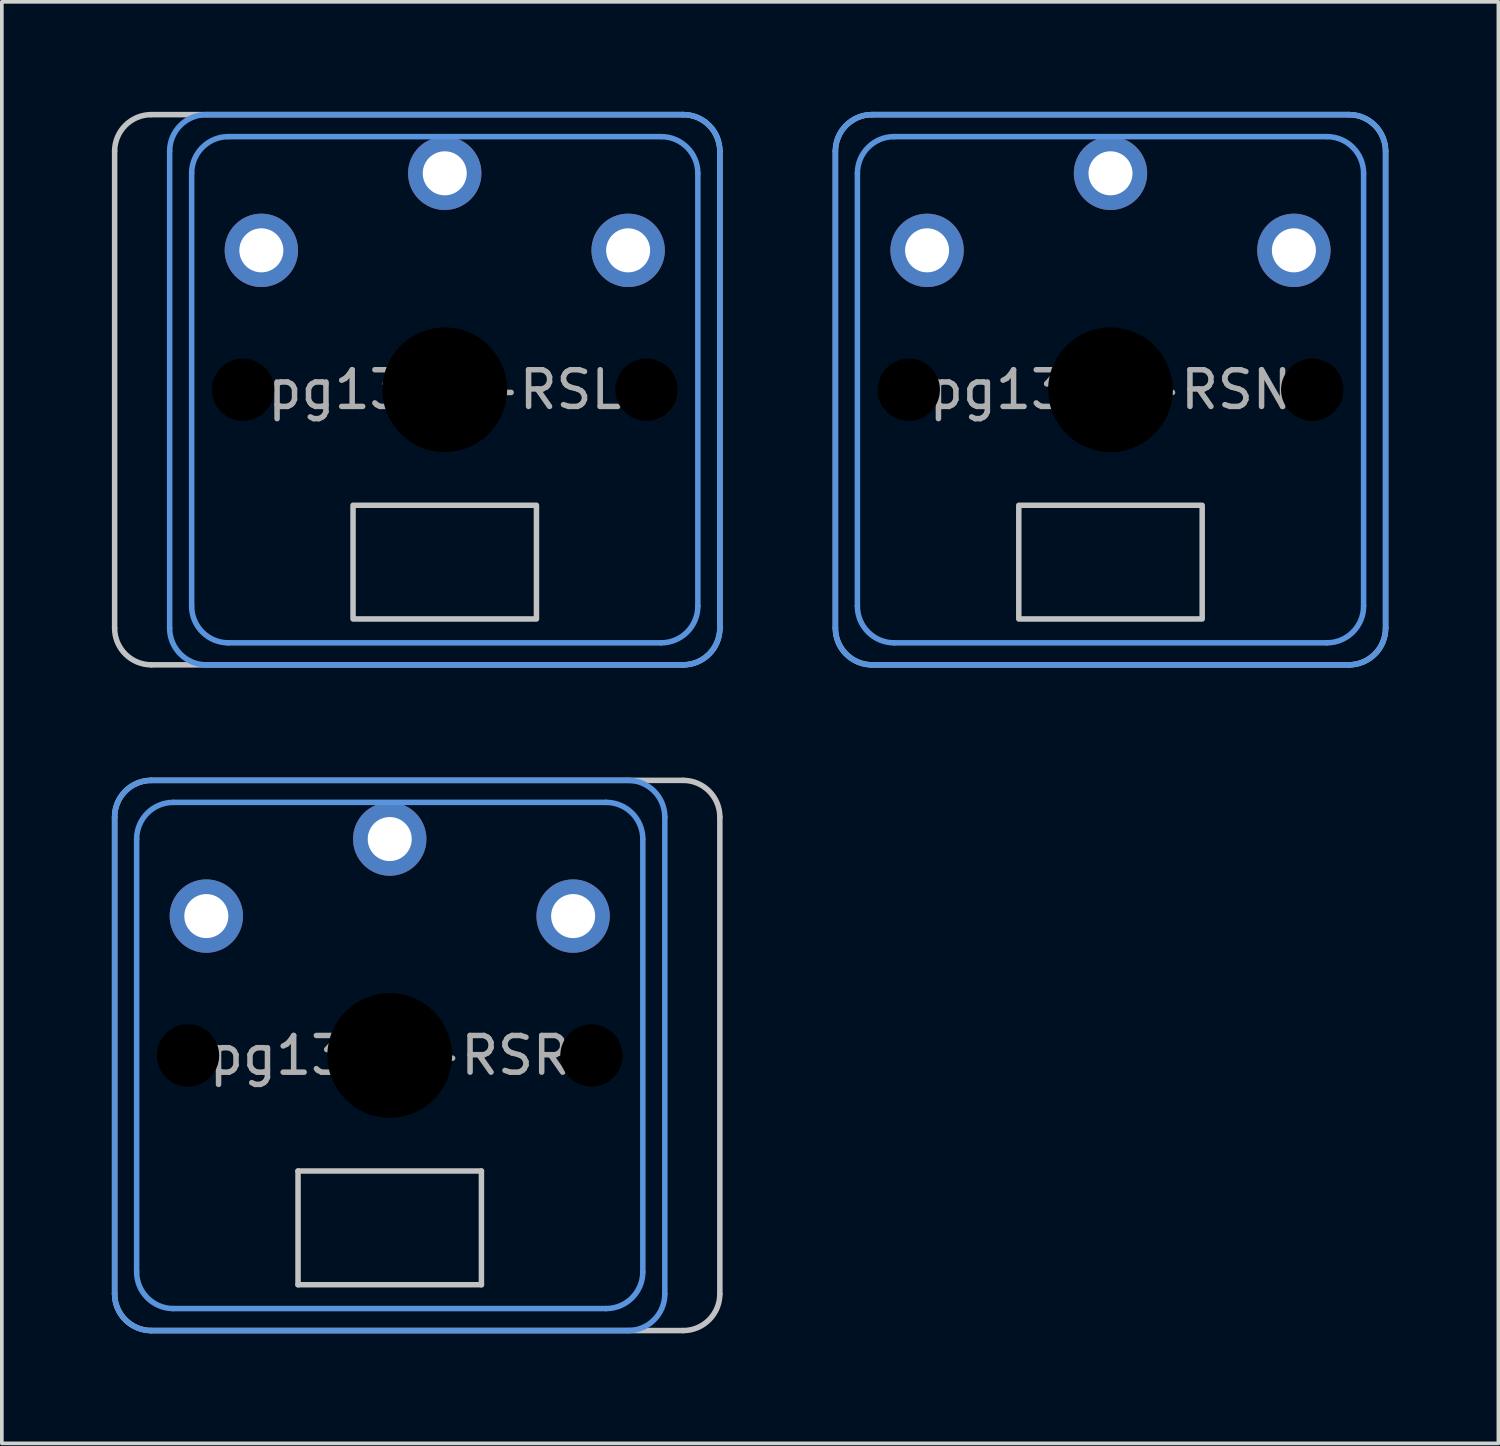
<source format=kicad_pcb>
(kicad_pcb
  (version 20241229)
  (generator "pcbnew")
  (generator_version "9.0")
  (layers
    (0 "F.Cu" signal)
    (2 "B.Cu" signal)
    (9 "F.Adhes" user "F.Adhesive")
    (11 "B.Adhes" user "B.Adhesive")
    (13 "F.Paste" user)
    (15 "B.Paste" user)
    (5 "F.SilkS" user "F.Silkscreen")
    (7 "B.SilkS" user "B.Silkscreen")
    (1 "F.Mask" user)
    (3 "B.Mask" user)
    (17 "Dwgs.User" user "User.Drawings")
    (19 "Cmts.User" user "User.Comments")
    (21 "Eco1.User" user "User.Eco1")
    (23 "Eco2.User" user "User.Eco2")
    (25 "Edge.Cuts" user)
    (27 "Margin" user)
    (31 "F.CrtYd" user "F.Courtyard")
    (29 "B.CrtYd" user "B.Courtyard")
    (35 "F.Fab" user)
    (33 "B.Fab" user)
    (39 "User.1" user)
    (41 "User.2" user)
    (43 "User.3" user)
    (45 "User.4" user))
  (footprint "pg1350-RSR"
    (layer "F.Cu")
    (at 7.575 25.725)
    (property "Reference" "pg1350-RSR" (at 0 0 0) (layer "F.Fab") (effects (font (size 1 1) (thickness 0.15))))
    (attr through_hole)
    (fp_line (start -7.5 6.5) (end -7.5 -6.5) (stroke (width 0.15) (type solid)) (layer "Dwgs.User"))
    (fp_line (start -6.5 -7.5) (end 8 -7.5) (stroke (width 0.15) (type solid)) (layer "Dwgs.User"))
    (fp_line (start -2.5 3.15) (end -2.5 6.25) (stroke (width 0.15) (type solid)) (layer "Dwgs.User"))
    (fp_line (start -2.5 6.25) (end 2.5 6.25) (stroke (width 0.15) (type solid)) (layer "Dwgs.User"))
    (fp_line (start 2.5 3.15) (end -2.5 3.15) (stroke (width 0.15) (type solid)) (layer "Dwgs.User"))
    (fp_line (start 2.5 6.25) (end 2.5 3.15) (stroke (width 0.15) (type solid)) (layer "Dwgs.User"))
    (fp_line (start 8 7.5) (end -6.5 7.5) (stroke (width 0.15) (type solid)) (layer "Dwgs.User"))
    (fp_line (start 9 -6.5) (end 9 6.5) (stroke (width 0.15) (type solid)) (layer "Dwgs.User"))
    (fp_arc (start -7.5 -6.5) (mid -7.207107 -7.207107) (end -6.5 -7.5) (stroke (width 0.15) (type solid)) (layer "Dwgs.User"))
    (fp_arc (start -6.5 7.5) (mid -7.207107 7.207107) (end -7.5 6.5) (stroke (width 0.15) (type solid)) (layer "Dwgs.User"))
    (fp_arc (start 8 -7.5) (mid 8.707107 -7.207107) (end 9 -6.5) (stroke (width 0.15) (type solid)) (layer "Dwgs.User"))
    (fp_arc (start 9 6.5) (mid 8.707107 7.207107) (end 8 7.5) (stroke (width 0.15) (type solid)) (layer "Dwgs.User"))
    (fp_line (start -7.5 6.5) (end -7.5 -6.5) (stroke (width 0.15) (type solid)) (layer "Cmts.User"))
    (fp_line (start -6.9 5.9) (end -6.9 -5.9) (stroke (width 0.15) (type solid)) (layer "Cmts.User"))
    (fp_line (start -6.5 -7.5) (end 6.5 -7.5) (stroke (width 0.15) (type solid)) (layer "Cmts.User"))
    (fp_line (start -5.9 -6.9) (end 5.9 -6.9) (stroke (width 0.15) (type solid)) (layer "Cmts.User"))
    (fp_line (start 5.9 6.9) (end -5.9 6.9) (stroke (width 0.15) (type solid)) (layer "Cmts.User"))
    (fp_line (start 6.5 7.5) (end -6.5 7.5) (stroke (width 0.15) (type solid)) (layer "Cmts.User"))
    (fp_line (start 6.9 -5.9) (end 6.9 5.9) (stroke (width 0.15) (type solid)) (layer "Cmts.User"))
    (fp_line (start 7.5 -6.5) (end 7.5 6.5) (stroke (width 0.15) (type solid)) (layer "Cmts.User"))
    (fp_arc (start -7.5 -6.5) (mid -7.207107 -7.207107) (end -6.5 -7.5) (stroke (width 0.15) (type solid)) (layer "Cmts.User"))
    (fp_arc (start -6.9 -5.9) (mid -6.607107 -6.607107) (end -5.9 -6.9) (stroke (width 0.15) (type solid)) (layer "Cmts.User"))
    (fp_arc (start -6.5 7.5) (mid -7.207107 7.207107) (end -7.5 6.5) (stroke (width 0.15) (type solid)) (layer "Cmts.User"))
    (fp_arc (start -5.9 6.9) (mid -6.607107 6.607107) (end -6.9 5.9) (stroke (width 0.15) (type solid)) (layer "Cmts.User"))
    (fp_arc (start 5.9 -6.9) (mid 6.607107 -6.607107) (end 6.9 -5.9) (stroke (width 0.15) (type solid)) (layer "Cmts.User"))
    (fp_arc (start 6.5 -7.5) (mid 7.207107 -7.207107) (end 7.5 -6.5) (stroke (width 0.15) (type solid)) (layer "Cmts.User"))
    (fp_arc (start 6.9 5.9) (mid 6.607107 6.607107) (end 5.9 6.9) (stroke (width 0.15) (type solid)) (layer "Cmts.User"))
    (fp_arc (start 7.5 6.5) (mid 7.207107 7.207107) (end 6.5 7.5) (stroke (width 0.15) (type solid)) (layer "Cmts.User"))
    (pad "" np_thru_hole circle (at -5.5 0) (size 1.7 1.7) (drill 1.7) (layers "*.Mask"))
    (pad "" np_thru_hole circle (at 0 0) (size 3.4 3.4) (drill 3.4) (layers "*.Mask"))
    (pad "" np_thru_hole circle (at 5.5 0) (size 1.7 1.7) (drill 1.7) (layers "*.Mask"))
    (pad "1" thru_hole circle (at 0 -5.9) (size 2 2) (drill 1.2) (layers "*.Cu" "*.Mask"))
    (pad "2" thru_hole circle (at -5 -3.8) (size 2 2) (drill 1.2) (layers "*.Cu" "F.Mask"))
    (pad "2" thru_hole circle (at 5 -3.8) (size 2 2) (drill 1.2) (layers "*.Cu" "B.Mask")))
  (footprint "pg1350-RSN"
    (layer "F.Cu")
    (at 27.225 7.575)
    (property "Reference" "pg1350-RSN" (at 0 0 0) (layer "F.Fab") (effects (font (size 1 1) (thickness 0.15))))
    (attr through_hole)
    (fp_line (start -7.5 6.5) (end -7.5 -6.5) (stroke (width 0.15) (type solid)) (layer "Dwgs.User"))
    (fp_line (start -6.5 -7.5) (end 6.5 -7.5) (stroke (width 0.15) (type solid)) (layer "Dwgs.User"))
    (fp_line (start 6.5 7.5) (end -6.5 7.5) (stroke (width 0.15) (type solid)) (layer "Dwgs.User"))
    (fp_line (start 7.5 -6.5) (end 7.5 6.5) (stroke (width 0.15) (type solid)) (layer "Dwgs.User"))
    (fp_rect (start 2.5 6.25) (end -2.5 3.15) (stroke (width 0.15) (type solid)) (fill no) (layer "Dwgs.User"))
    (fp_arc (start -7.5 -6.5) (mid -7.207107 -7.207107) (end -6.5 -7.5) (stroke (width 0.15) (type solid)) (layer "Dwgs.User"))
    (fp_arc (start -6.5 7.5) (mid -7.207107 7.207107) (end -7.5 6.5) (stroke (width 0.15) (type solid)) (layer "Dwgs.User"))
    (fp_arc (start 6.5 -7.5) (mid 7.207107 -7.207107) (end 7.5 -6.5) (stroke (width 0.15) (type solid)) (layer "Dwgs.User"))
    (fp_arc (start 7.5 6.5) (mid 7.207107 7.207107) (end 6.5 7.5) (stroke (width 0.15) (type solid)) (layer "Dwgs.User"))
    (fp_line (start -7.5 6.5) (end -7.5 -6.5) (stroke (width 0.15) (type solid)) (layer "Cmts.User"))
    (fp_line (start -6.9 5.9) (end -6.9 -5.9) (stroke (width 0.15) (type solid)) (layer "Cmts.User"))
    (fp_line (start -6.5 -7.5) (end 6.5 -7.5) (stroke (width 0.15) (type solid)) (layer "Cmts.User"))
    (fp_line (start -5.9 -6.9) (end 5.9 -6.9) (stroke (width 0.15) (type solid)) (layer "Cmts.User"))
    (fp_line (start 5.9 6.9) (end -5.9 6.9) (stroke (width 0.15) (type solid)) (layer "Cmts.User"))
    (fp_line (start 6.5 7.5) (end -6.5 7.5) (stroke (width 0.15) (type solid)) (layer "Cmts.User"))
    (fp_line (start 6.9 -5.9) (end 6.9 5.9) (stroke (width 0.15) (type solid)) (layer "Cmts.User"))
    (fp_line (start 7.5 -6.5) (end 7.5 6.5) (stroke (width 0.15) (type solid)) (layer "Cmts.User"))
    (fp_arc (start -7.5 -6.5) (mid -7.207107 -7.207107) (end -6.5 -7.5) (stroke (width 0.15) (type solid)) (layer "Cmts.User"))
    (fp_arc (start -6.9 -5.9) (mid -6.607107 -6.607107) (end -5.9 -6.9) (stroke (width 0.15) (type solid)) (layer "Cmts.User"))
    (fp_arc (start -6.5 7.5) (mid -7.207107 7.207107) (end -7.5 6.5) (stroke (width 0.15) (type solid)) (layer "Cmts.User"))
    (fp_arc (start -5.9 6.9) (mid -6.607107 6.607107) (end -6.9 5.9) (stroke (width 0.15) (type solid)) (layer "Cmts.User"))
    (fp_arc (start 5.9 -6.9) (mid 6.607107 -6.607107) (end 6.9 -5.9) (stroke (width 0.15) (type solid)) (layer "Cmts.User"))
    (fp_arc (start 6.5 -7.5) (mid 7.207107 -7.207107) (end 7.5 -6.5) (stroke (width 0.15) (type solid)) (layer "Cmts.User"))
    (fp_arc (start 6.9 5.9) (mid 6.607107 6.607107) (end 5.9 6.9) (stroke (width 0.15) (type solid)) (layer "Cmts.User"))
    (fp_arc (start 7.5 6.5) (mid 7.207107 7.207107) (end 6.5 7.5) (stroke (width 0.15) (type solid)) (layer "Cmts.User"))
    (pad "" np_thru_hole circle (at -5.5 0) (size 1.7 1.7) (drill 1.7) (layers "*.Mask"))
    (pad "" np_thru_hole circle (at 0 0) (size 3.4 3.4) (drill 3.4) (layers "*.Mask"))
    (pad "" np_thru_hole circle (at 5.5 0) (size 1.7 1.7) (drill 1.7) (layers "*.Mask"))
    (pad "1" thru_hole circle (at 0 -5.9) (size 2 2) (drill 1.2) (layers "*.Cu" "*.Mask"))
    (pad "2" thru_hole circle (at -5 -3.8) (size 2 2) (drill 1.2) (layers "*.Cu" "F.Mask"))
    (pad "2" thru_hole circle (at 5 -3.8) (size 2 2) (drill 1.2) (layers "*.Cu" "B.Mask")))
  (footprint "pg1350-RSL"
    (layer "F.Cu")
    (at 9.075 7.575)
    (property "Reference" "pg1350-RSL" (at 0 0 0) (layer "F.Fab") (effects (font (size 1 1) (thickness 0.15))))
    (attr through_hole)
    (fp_line (start -9 6.5) (end -9 -6.5) (stroke (width 0.15) (type solid)) (layer "Dwgs.User"))
    (fp_line (start -8 -7.5) (end 6.5 -7.5) (stroke (width 0.15) (type solid)) (layer "Dwgs.User"))
    (fp_line (start 6.5 7.5) (end -8 7.5) (stroke (width 0.15) (type solid)) (layer "Dwgs.User"))
    (fp_line (start 7.5 -6.5) (end 7.5 6.5) (stroke (width 0.15) (type solid)) (layer "Dwgs.User"))
    (fp_rect (start 2.5 6.25) (end -2.5 3.15) (stroke (width 0.15) (type solid)) (fill no) (layer "Dwgs.User"))
    (fp_arc (start -9 -6.5) (mid -8.707107 -7.207107) (end -8 -7.5) (stroke (width 0.15) (type solid)) (layer "Dwgs.User"))
    (fp_arc (start -8 7.5) (mid -8.707107 7.207107) (end -9 6.5) (stroke (width 0.15) (type solid)) (layer "Dwgs.User"))
    (fp_arc (start 6.5 -7.5) (mid 7.207107 -7.207107) (end 7.5 -6.5) (stroke (width 0.15) (type solid)) (layer "Dwgs.User"))
    (fp_arc (start 7.5 6.5) (mid 7.207107 7.207107) (end 6.5 7.5) (stroke (width 0.15) (type solid)) (layer "Dwgs.User"))
    (fp_line (start -7.5 6.5) (end -7.5 -6.5) (stroke (width 0.15) (type solid)) (layer "Cmts.User"))
    (fp_line (start -6.9 5.9) (end -6.9 -5.9) (stroke (width 0.15) (type solid)) (layer "Cmts.User"))
    (fp_line (start -6.5 -7.5) (end 6.5 -7.5) (stroke (width 0.15) (type solid)) (layer "Cmts.User"))
    (fp_line (start -5.9 -6.9) (end 5.9 -6.9) (stroke (width 0.15) (type solid)) (layer "Cmts.User"))
    (fp_line (start 5.9 6.9) (end -5.9 6.9) (stroke (width 0.15) (type solid)) (layer "Cmts.User"))
    (fp_line (start 6.5 7.5) (end -6.5 7.5) (stroke (width 0.15) (type solid)) (layer "Cmts.User"))
    (fp_line (start 6.9 -5.9) (end 6.9 5.9) (stroke (width 0.15) (type solid)) (layer "Cmts.User"))
    (fp_line (start 7.5 -6.5) (end 7.5 6.5) (stroke (width 0.15) (type solid)) (layer "Cmts.User"))
    (fp_arc (start -7.5 -6.5) (mid -7.207107 -7.207107) (end -6.5 -7.5) (stroke (width 0.15) (type solid)) (layer "Cmts.User"))
    (fp_arc (start -6.9 -5.9) (mid -6.607107 -6.607107) (end -5.9 -6.9) (stroke (width 0.15) (type solid)) (layer "Cmts.User"))
    (fp_arc (start -6.5 7.5) (mid -7.207107 7.207107) (end -7.5 6.5) (stroke (width 0.15) (type solid)) (layer "Cmts.User"))
    (fp_arc (start -5.9 6.9) (mid -6.607107 6.607107) (end -6.9 5.9) (stroke (width 0.15) (type solid)) (layer "Cmts.User"))
    (fp_arc (start 5.9 -6.9) (mid 6.607107 -6.607107) (end 6.9 -5.9) (stroke (width 0.15) (type solid)) (layer "Cmts.User"))
    (fp_arc (start 6.5 -7.5) (mid 7.207107 -7.207107) (end 7.5 -6.5) (stroke (width 0.15) (type solid)) (layer "Cmts.User"))
    (fp_arc (start 6.9 5.9) (mid 6.607107 6.607107) (end 5.9 6.9) (stroke (width 0.15) (type solid)) (layer "Cmts.User"))
    (fp_arc (start 7.5 6.5) (mid 7.207107 7.207107) (end 6.5 7.5) (stroke (width 0.15) (type solid)) (layer "Cmts.User"))
    (pad "" np_thru_hole circle (at -5.5 0) (size 1.7 1.7) (drill 1.7) (layers "*.Mask"))
    (pad "" np_thru_hole circle (at 0 0) (size 3.4 3.4) (drill 3.4) (layers "*.Mask"))
    (pad "" np_thru_hole circle (at 5.5 0) (size 1.7 1.7) (drill 1.7) (layers "*.Mask"))
    (pad "1" thru_hole circle (at 0 -5.9) (size 2 2) (drill 1.2) (layers "*.Cu" "*.Mask"))
    (pad "2" thru_hole circle (at -5 -3.8) (size 2 2) (drill 1.2) (layers "*.Cu" "F.Mask"))
    (pad "2" thru_hole circle (at 5 -3.8) (size 2 2) (drill 1.2) (layers "*.Cu" "B.Mask")))
  (gr_rect
    (start -3 -3)
    (end 37.8 36.3)
    (stroke (width 0.1) (type default))
    (fill no)
    (layer "Edge.Cuts")))
</source>
